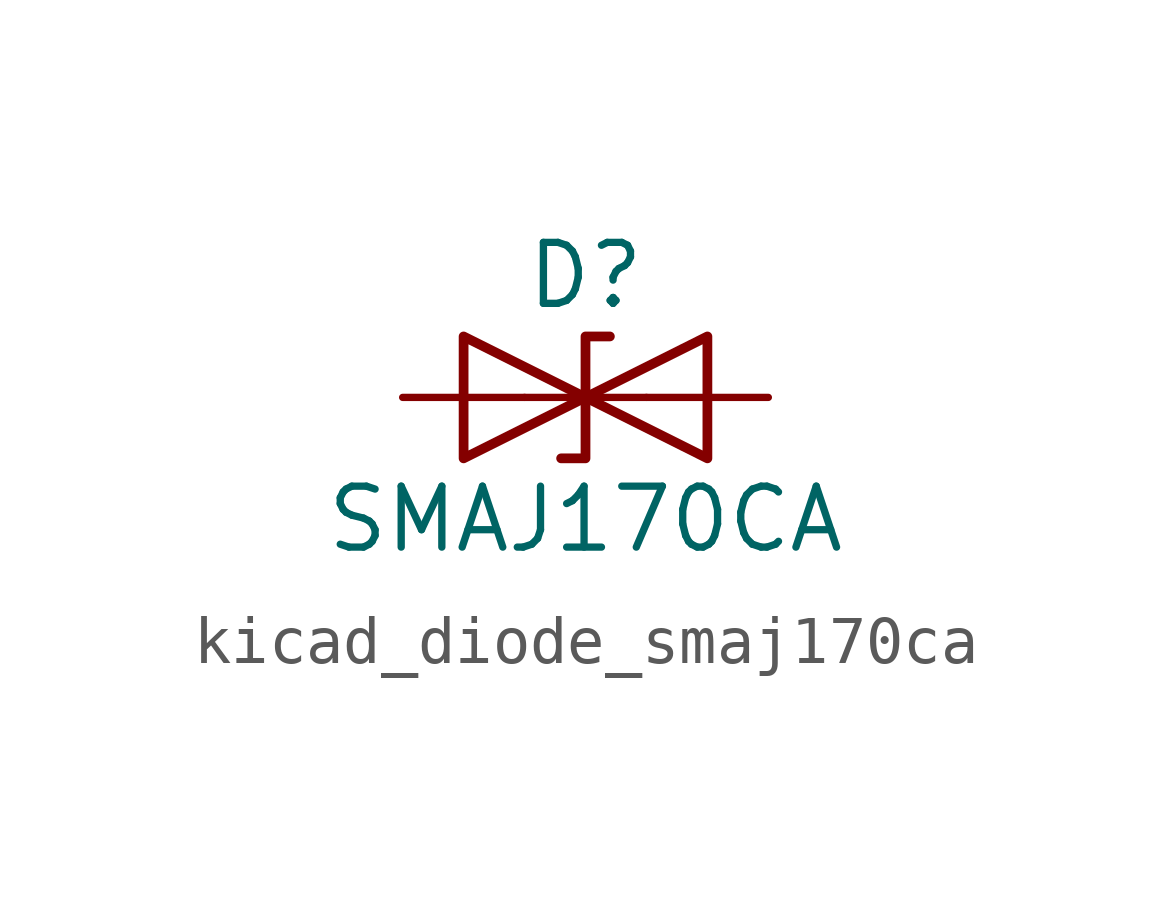
<source format=kicad_sym>
(kicad_symbol_lib
  (version 20220914)
  (generator kicad_symbol_editor)
  (symbol "kicad_diode_smaj170ca"
    (pin_numbers hide)
    (pin_names
      (offset 1.016) hide)
    (property "Reference" "D"
      (at 0 2.54 0)
      (effects (font (size 1.27 1.27))))
    (property "Value" "SMAJ170CA"
      (at 0 -2.54 0)
      (effects (font (size 1.27 1.27))))
    (symbol "kicad_diode_smaj170ca_0_1"
      (polyline (pts (xy 1.27 0) (xy -1.27 0)) (stroke (width 0) (type default)) (fill (type none)))
      (polyline (pts (xy -2.54 -1.27) (xy 0 0) (xy -2.54 1.27) (xy -2.54 -1.27)) (stroke (width 0.203) (type default)) (fill (type none)))
      (polyline (pts (xy 0.508 1.27) (xy 0 1.27) (xy 0 -1.27) (xy -0.508 -1.27)) (stroke (width 0.203) (type default)) (fill (type none)))
      (polyline (pts (xy 2.54 1.27) (xy 2.54 -1.27) (xy 0 0) (xy 2.54 1.27)) (stroke (width 0.203) (type default)) (fill (type none))))
    (symbol "kicad_diode_smaj170ca_1_1"
      (pin passive line (at -3.81 0 0) (length 2.54) (name "A1" (effects (font (size 1.27 1.27)))) (number "1" (effects (font (size 1.27 1.27)))))
      (pin passive line (at 3.81 0 180) (length 2.54) (name "A2" (effects (font (size 1.27 1.27)))) (number "2" (effects (font (size 1.27 1.27))))))))
</source>
